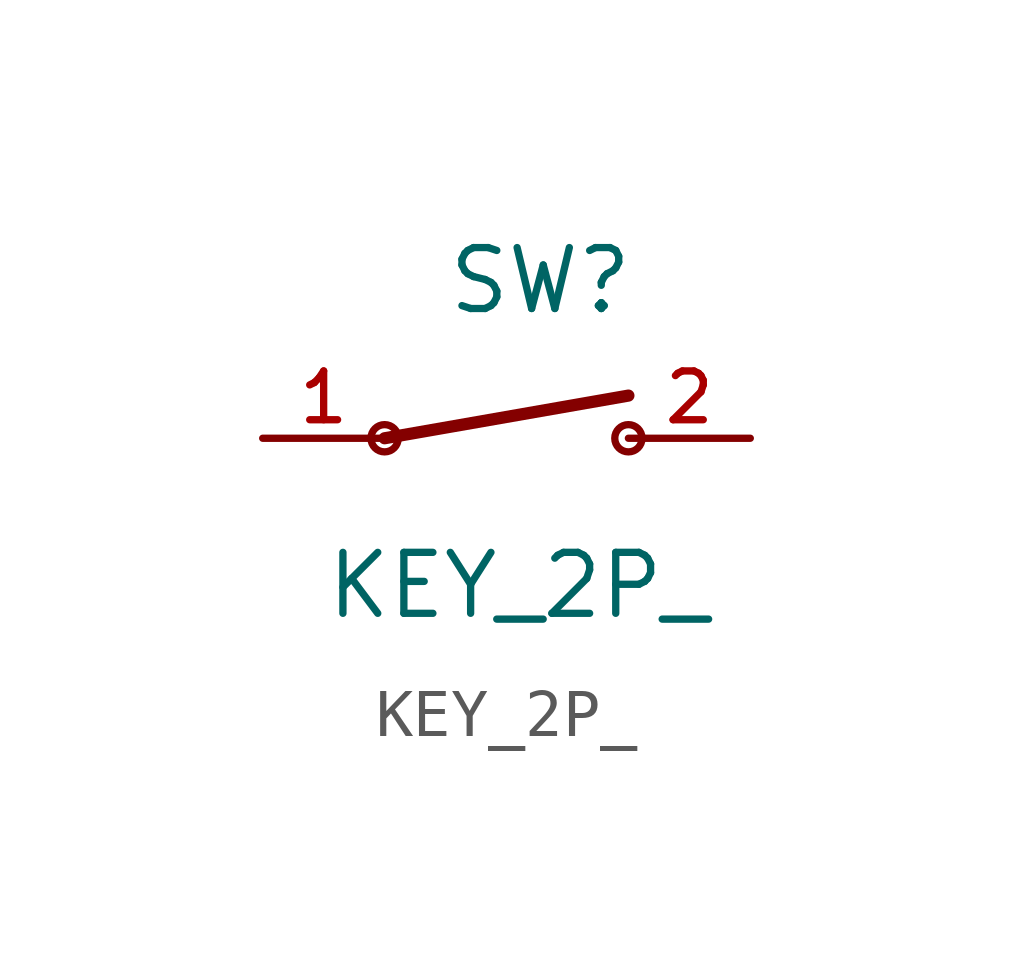
<source format=kicad_sym>
(kicad_symbol_lib
  (version 20211014)
  (generator kicad_symbol_editor)
  (symbol "KEY_2P_"
    (pin_names
      (offset 1.016))
    (property "Reference" "SW"
      (at -1.27 2.54 0)
      (effects (font (size 1.27 1.27)) (justify left bottom)))
    (property "Value" "KEY_2P_"
      (at -3.811 -3.811 0)
      (effects (font (size 1.27 1.27)) (justify left bottom)))
    (symbol "KEY_2P__0_0"
      (circle (center -2.54 0) (radius 0.284) (stroke (width 0) (type default) (color 0 0 0 0)) (fill (type none)))
      (polyline (pts (xy -2.54 0) (xy 2.54 0.889)) (stroke (width 0.254) (type default) (color 0 0 0 0)) (fill (type none)))
      (circle (center 2.54 0) (radius 0.284) (stroke (width 0) (type default) (color 0 0 0 0)) (fill (type none)))
      (pin passive line (at -5.08 0 0) (length 2.54) (name "~" (effects (font (size 1.016 1.016)))) (number "1" (effects (font (size 1.016 1.016)))))
      (pin passive line (at 5.08 0 180) (length 2.54) (name "~" (effects (font (size 1.016 1.016)))) (number "2" (effects (font (size 1.016 1.016))))))))
</source>
